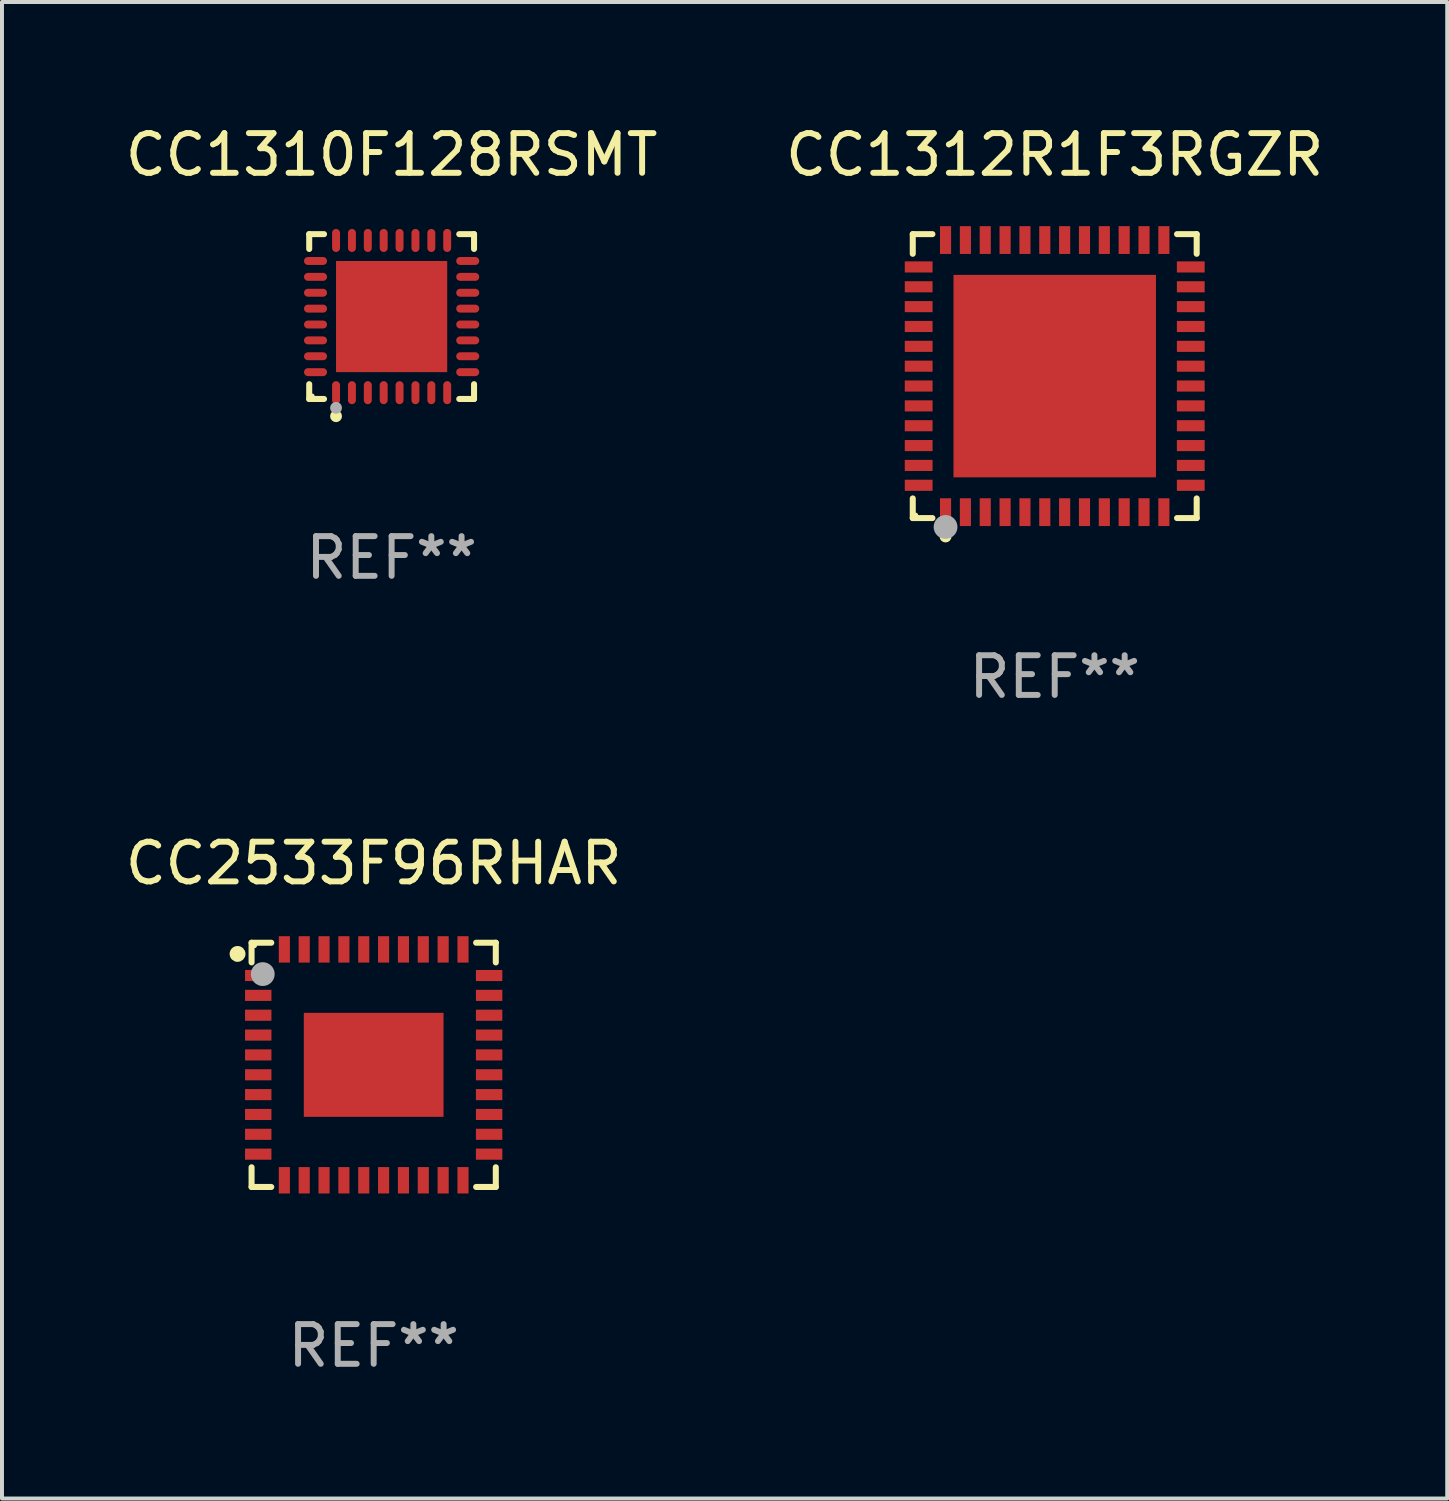
<source format=kicad_pcb>
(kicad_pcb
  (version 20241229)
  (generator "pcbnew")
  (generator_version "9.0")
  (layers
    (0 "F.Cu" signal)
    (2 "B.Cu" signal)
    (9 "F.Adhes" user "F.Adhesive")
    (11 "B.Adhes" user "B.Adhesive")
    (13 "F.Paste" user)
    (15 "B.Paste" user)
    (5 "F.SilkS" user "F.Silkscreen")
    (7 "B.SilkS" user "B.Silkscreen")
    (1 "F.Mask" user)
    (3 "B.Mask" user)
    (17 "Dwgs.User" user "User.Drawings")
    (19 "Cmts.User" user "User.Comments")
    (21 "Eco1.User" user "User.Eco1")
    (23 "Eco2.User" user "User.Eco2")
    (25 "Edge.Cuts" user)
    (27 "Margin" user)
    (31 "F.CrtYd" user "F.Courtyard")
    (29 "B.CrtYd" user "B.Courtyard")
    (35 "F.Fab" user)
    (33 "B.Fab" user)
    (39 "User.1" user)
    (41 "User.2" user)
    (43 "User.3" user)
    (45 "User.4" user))
  (footprint "CC2533F96RHAR"
    (layer "F.Cu")
    (at 6.363 23.773)
    (property "Reference" "CC2533F96RHAR" (at 0 -5.076 0) (layer "F.SilkS") (effects (font (size 1 1) (thickness 0.15))))
    (attr through_hole)
    (fp_line (start -3.076 -3.076) (end -3.076 -2.58) (stroke (width 0.152) (type solid)) (layer "F.SilkS"))
    (fp_line (start -3.076 3.076) (end -3.076 2.58) (stroke (width 0.152) (type solid)) (layer "F.SilkS"))
    (fp_line (start -2.58 -3.076) (end -3.076 -3.076) (stroke (width 0.152) (type solid)) (layer "F.SilkS"))
    (fp_line (start -2.58 3.076) (end -3.076 3.076) (stroke (width 0.152) (type solid)) (layer "F.SilkS"))
    (fp_line (start 2.58 -3.076) (end 3.076 -3.076) (stroke (width 0.152) (type solid)) (layer "F.SilkS"))
    (fp_line (start 2.58 3.076) (end 3.076 3.076) (stroke (width 0.152) (type solid)) (layer "F.SilkS"))
    (fp_line (start 3.076 -3.076) (end 3.076 -2.58) (stroke (width 0.152) (type solid)) (layer "F.SilkS"))
    (fp_line (start 3.076 3.076) (end 3.076 2.58) (stroke (width 0.152) (type solid)) (layer "F.SilkS"))
    (fp_circle (center -3.429 -2.794) (end -3.329 -2.794) (stroke (width 0.2) (type solid)) (fill no) (layer "F.SilkS"))
    (fp_circle (center -3 -3) (end -2.97 -3) (stroke (width 0.06) (type solid)) (fill no) (layer "F.SilkS"))
    (fp_circle (center -2.794 -2.286) (end -2.644 -2.286) (stroke (width 0.3) (type solid)) (fill no) (layer "F.Fab"))
    (fp_text user "REF**" (at 0 7.076 0) (layer "F.Fab") (effects (font (size 1 1) (thickness 0.15))))
    (pad "1" smd rect (at -2.908 -2.25) (size 0.665 0.28) (layers "F.Cu" "F.Mask" "F.Paste"))
    (pad "2" smd rect (at -2.908 -1.75) (size 0.665 0.28) (layers "F.Cu" "F.Mask" "F.Paste"))
    (pad "3" smd rect (at -2.908 -1.25) (size 0.665 0.28) (layers "F.Cu" "F.Mask" "F.Paste"))
    (pad "4" smd rect (at -2.908 -0.75) (size 0.665 0.28) (layers "F.Cu" "F.Mask" "F.Paste"))
    (pad "5" smd rect (at -2.908 -0.25) (size 0.665 0.28) (layers "F.Cu" "F.Mask" "F.Paste"))
    (pad "6" smd rect (at -2.908 0.25) (size 0.665 0.28) (layers "F.Cu" "F.Mask" "F.Paste"))
    (pad "7" smd rect (at -2.908 0.75) (size 0.665 0.28) (layers "F.Cu" "F.Mask" "F.Paste"))
    (pad "8" smd rect (at -2.908 1.25) (size 0.665 0.28) (layers "F.Cu" "F.Mask" "F.Paste"))
    (pad "9" smd rect (at -2.908 1.75) (size 0.665 0.28) (layers "F.Cu" "F.Mask" "F.Paste"))
    (pad "10" smd rect (at -2.908 2.25) (size 0.665 0.28) (layers "F.Cu" "F.Mask" "F.Paste"))
    (pad "11" smd rect (at -2.25 2.908) (size 0.28 0.665) (layers "F.Cu" "F.Mask" "F.Paste"))
    (pad "12" smd rect (at -1.75 2.908) (size 0.28 0.665) (layers "F.Cu" "F.Mask" "F.Paste"))
    (pad "13" smd rect (at -1.25 2.908) (size 0.28 0.665) (layers "F.Cu" "F.Mask" "F.Paste"))
    (pad "14" smd rect (at -0.75 2.908) (size 0.28 0.665) (layers "F.Cu" "F.Mask" "F.Paste"))
    (pad "15" smd rect (at -0.25 2.908) (size 0.28 0.665) (layers "F.Cu" "F.Mask" "F.Paste"))
    (pad "16" smd rect (at 0.25 2.908) (size 0.28 0.665) (layers "F.Cu" "F.Mask" "F.Paste"))
    (pad "17" smd rect (at 0.75 2.908) (size 0.28 0.665) (layers "F.Cu" "F.Mask" "F.Paste"))
    (pad "18" smd rect (at 1.25 2.908) (size 0.28 0.665) (layers "F.Cu" "F.Mask" "F.Paste"))
    (pad "19" smd rect (at 1.75 2.908) (size 0.28 0.665) (layers "F.Cu" "F.Mask" "F.Paste"))
    (pad "20" smd rect (at 2.25 2.908) (size 0.28 0.665) (layers "F.Cu" "F.Mask" "F.Paste"))
    (pad "21" smd rect (at 2.908 2.25) (size 0.665 0.28) (layers "F.Cu" "F.Mask" "F.Paste"))
    (pad "22" smd rect (at 2.908 1.75) (size 0.665 0.28) (layers "F.Cu" "F.Mask" "F.Paste"))
    (pad "23" smd rect (at 2.908 1.25) (size 0.665 0.28) (layers "F.Cu" "F.Mask" "F.Paste"))
    (pad "24" smd rect (at 2.908 0.75) (size 0.665 0.28) (layers "F.Cu" "F.Mask" "F.Paste"))
    (pad "25" smd rect (at 2.908 0.25) (size 0.665 0.28) (layers "F.Cu" "F.Mask" "F.Paste"))
    (pad "26" smd rect (at 2.908 -0.25) (size 0.665 0.28) (layers "F.Cu" "F.Mask" "F.Paste"))
    (pad "27" smd rect (at 2.908 -0.75) (size 0.665 0.28) (layers "F.Cu" "F.Mask" "F.Paste"))
    (pad "28" smd rect (at 2.908 -1.25) (size 0.665 0.28) (layers "F.Cu" "F.Mask" "F.Paste"))
    (pad "29" smd rect (at 2.908 -1.75) (size 0.665 0.28) (layers "F.Cu" "F.Mask" "F.Paste"))
    (pad "30" smd rect (at 2.908 -2.25) (size 0.665 0.28) (layers "F.Cu" "F.Mask" "F.Paste"))
    (pad "31" smd rect (at 2.25 -2.908) (size 0.28 0.665) (layers "F.Cu" "F.Mask" "F.Paste"))
    (pad "32" smd rect (at 1.75 -2.908) (size 0.28 0.665) (layers "F.Cu" "F.Mask" "F.Paste"))
    (pad "33" smd rect (at 1.25 -2.908) (size 0.28 0.665) (layers "F.Cu" "F.Mask" "F.Paste"))
    (pad "34" smd rect (at 0.75 -2.908) (size 0.28 0.665) (layers "F.Cu" "F.Mask" "F.Paste"))
    (pad "35" smd rect (at 0.25 -2.908) (size 0.28 0.665) (layers "F.Cu" "F.Mask" "F.Paste"))
    (pad "36" smd rect (at -0.25 -2.908) (size 0.28 0.665) (layers "F.Cu" "F.Mask" "F.Paste"))
    (pad "37" smd rect (at -0.75 -2.908) (size 0.28 0.665) (layers "F.Cu" "F.Mask" "F.Paste"))
    (pad "38" smd rect (at -1.25 -2.908) (size 0.28 0.665) (layers "F.Cu" "F.Mask" "F.Paste"))
    (pad "39" smd rect (at -1.75 -2.908) (size 0.28 0.665) (layers "F.Cu" "F.Mask" "F.Paste"))
    (pad "40" smd rect (at -2.25 -2.908) (size 0.28 0.665) (layers "F.Cu" "F.Mask" "F.Paste"))
    (pad "41" smd rect (at 0 0) (size 3.52 2.62) (layers "F.Cu" "F.Mask" "F.Paste")))
  (footprint "CC1312R1F3RGZR"
    (layer "F.Cu")
    (at 23.518 6.424)
    (property "Reference" "CC1312R1F3RGZR" (at 0 -5.576 0) (layer "F.SilkS") (effects (font (size 1 1) (thickness 0.15))))
    (attr through_hole)
    (fp_line (start -3.576 -3.576) (end -3.081 -3.576) (stroke (width 0.152) (type solid)) (layer "F.SilkS"))
    (fp_line (start -3.576 -3.081) (end -3.576 -3.576) (stroke (width 0.152) (type solid)) (layer "F.SilkS"))
    (fp_line (start -3.576 3.081) (end -3.576 3.576) (stroke (width 0.152) (type solid)) (layer "F.SilkS"))
    (fp_line (start -3.576 3.576) (end -3.081 3.576) (stroke (width 0.152) (type solid)) (layer "F.SilkS"))
    (fp_line (start 3.576 -3.576) (end 3.081 -3.576) (stroke (width 0.152) (type solid)) (layer "F.SilkS"))
    (fp_line (start 3.576 -3.081) (end 3.576 -3.576) (stroke (width 0.152) (type solid)) (layer "F.SilkS"))
    (fp_line (start 3.576 3.081) (end 3.576 3.576) (stroke (width 0.152) (type solid)) (layer "F.SilkS"))
    (fp_line (start 3.576 3.576) (end 3.081 3.576) (stroke (width 0.152) (type solid)) (layer "F.SilkS"))
    (fp_circle (center -3.5 3.5) (end -3.47 3.5) (stroke (width 0.06) (type solid)) (fill no) (layer "F.SilkS"))
    (fp_circle (center -2.75 4.04) (end -2.675 4.04) (stroke (width 0.15) (type solid)) (fill no) (layer "F.SilkS"))
    (fp_circle (center -2.75 3.8) (end -2.6 3.8) (stroke (width 0.3) (type solid)) (fill no) (layer "F.Fab"))
    (fp_text user "REF**" (at 0 7.576 0) (layer "F.Fab") (effects (font (size 1 1) (thickness 0.15))))
    (pad "1" smd rect (at -2.75 3.427) (size 0.28 0.7) (layers "F.Cu" "F.Mask" "F.Paste"))
    (pad "2" smd rect (at -2.25 3.427) (size 0.28 0.7) (layers "F.Cu" "F.Mask" "F.Paste"))
    (pad "3" smd rect (at -1.75 3.427) (size 0.28 0.7) (layers "F.Cu" "F.Mask" "F.Paste"))
    (pad "4" smd rect (at -1.25 3.427) (size 0.28 0.7) (layers "F.Cu" "F.Mask" "F.Paste"))
    (pad "5" smd rect (at -0.75 3.427) (size 0.28 0.7) (layers "F.Cu" "F.Mask" "F.Paste"))
    (pad "6" smd rect (at -0.25 3.427) (size 0.28 0.7) (layers "F.Cu" "F.Mask" "F.Paste"))
    (pad "7" smd rect (at 0.25 3.427) (size 0.28 0.7) (layers "F.Cu" "F.Mask" "F.Paste"))
    (pad "8" smd rect (at 0.75 3.427) (size 0.28 0.7) (layers "F.Cu" "F.Mask" "F.Paste"))
    (pad "9" smd rect (at 1.25 3.427) (size 0.28 0.7) (layers "F.Cu" "F.Mask" "F.Paste"))
    (pad "10" smd rect (at 1.75 3.427) (size 0.28 0.7) (layers "F.Cu" "F.Mask" "F.Paste"))
    (pad "11" smd rect (at 2.25 3.427) (size 0.28 0.7) (layers "F.Cu" "F.Mask" "F.Paste"))
    (pad "12" smd rect (at 2.75 3.427) (size 0.28 0.7) (layers "F.Cu" "F.Mask" "F.Paste"))
    (pad "13" smd rect (at 3.427 2.75) (size 0.7 0.28) (layers "F.Cu" "F.Mask" "F.Paste"))
    (pad "14" smd rect (at 3.427 2.25) (size 0.7 0.28) (layers "F.Cu" "F.Mask" "F.Paste"))
    (pad "15" smd rect (at 3.427 1.75) (size 0.7 0.28) (layers "F.Cu" "F.Mask" "F.Paste"))
    (pad "16" smd rect (at 3.427 1.25) (size 0.7 0.28) (layers "F.Cu" "F.Mask" "F.Paste"))
    (pad "17" smd rect (at 3.427 0.75) (size 0.7 0.28) (layers "F.Cu" "F.Mask" "F.Paste"))
    (pad "18" smd rect (at 3.427 0.25) (size 0.7 0.28) (layers "F.Cu" "F.Mask" "F.Paste"))
    (pad "19" smd rect (at 3.427 -0.25) (size 0.7 0.28) (layers "F.Cu" "F.Mask" "F.Paste"))
    (pad "20" smd rect (at 3.427 -0.75) (size 0.7 0.28) (layers "F.Cu" "F.Mask" "F.Paste"))
    (pad "21" smd rect (at 3.427 -1.25) (size 0.7 0.28) (layers "F.Cu" "F.Mask" "F.Paste"))
    (pad "22" smd rect (at 3.427 -1.75) (size 0.7 0.28) (layers "F.Cu" "F.Mask" "F.Paste"))
    (pad "23" smd rect (at 3.427 -2.25) (size 0.7 0.28) (layers "F.Cu" "F.Mask" "F.Paste"))
    (pad "24" smd rect (at 3.427 -2.75) (size 0.7 0.28) (layers "F.Cu" "F.Mask" "F.Paste"))
    (pad "25" smd rect (at 2.75 -3.427) (size 0.28 0.7) (layers "F.Cu" "F.Mask" "F.Paste"))
    (pad "26" smd rect (at 2.25 -3.427) (size 0.28 0.7) (layers "F.Cu" "F.Mask" "F.Paste"))
    (pad "27" smd rect (at 1.75 -3.427) (size 0.28 0.7) (layers "F.Cu" "F.Mask" "F.Paste"))
    (pad "28" smd rect (at 1.25 -3.427) (size 0.28 0.7) (layers "F.Cu" "F.Mask" "F.Paste"))
    (pad "29" smd rect (at 0.75 -3.427) (size 0.28 0.7) (layers "F.Cu" "F.Mask" "F.Paste"))
    (pad "30" smd rect (at 0.25 -3.427) (size 0.28 0.7) (layers "F.Cu" "F.Mask" "F.Paste"))
    (pad "31" smd rect (at -0.25 -3.427) (size 0.28 0.7) (layers "F.Cu" "F.Mask" "F.Paste"))
    (pad "32" smd rect (at -0.75 -3.427) (size 0.28 0.7) (layers "F.Cu" "F.Mask" "F.Paste"))
    (pad "33" smd rect (at -1.25 -3.427) (size 0.28 0.7) (layers "F.Cu" "F.Mask" "F.Paste"))
    (pad "34" smd rect (at -1.75 -3.427) (size 0.28 0.7) (layers "F.Cu" "F.Mask" "F.Paste"))
    (pad "35" smd rect (at -2.25 -3.427) (size 0.28 0.7) (layers "F.Cu" "F.Mask" "F.Paste"))
    (pad "36" smd rect (at -2.75 -3.427) (size 0.28 0.7) (layers "F.Cu" "F.Mask" "F.Paste"))
    (pad "37" smd rect (at -3.427 -2.75) (size 0.7 0.28) (layers "F.Cu" "F.Mask" "F.Paste"))
    (pad "38" smd rect (at -3.427 -2.25) (size 0.7 0.28) (layers "F.Cu" "F.Mask" "F.Paste"))
    (pad "39" smd rect (at -3.427 -1.75) (size 0.7 0.28) (layers "F.Cu" "F.Mask" "F.Paste"))
    (pad "40" smd rect (at -3.427 -1.25) (size 0.7 0.28) (layers "F.Cu" "F.Mask" "F.Paste"))
    (pad "41" smd rect (at -3.427 -0.75) (size 0.7 0.28) (layers "F.Cu" "F.Mask" "F.Paste"))
    (pad "42" smd rect (at -3.427 -0.25) (size 0.7 0.28) (layers "F.Cu" "F.Mask" "F.Paste"))
    (pad "43" smd rect (at -3.427 0.25) (size 0.7 0.28) (layers "F.Cu" "F.Mask" "F.Paste"))
    (pad "44" smd rect (at -3.427 0.75) (size 0.7 0.28) (layers "F.Cu" "F.Mask" "F.Paste"))
    (pad "45" smd rect (at -3.427 1.25) (size 0.7 0.28) (layers "F.Cu" "F.Mask" "F.Paste"))
    (pad "46" smd rect (at -3.427 1.75) (size 0.7 0.28) (layers "F.Cu" "F.Mask" "F.Paste"))
    (pad "47" smd rect (at -3.427 2.25) (size 0.7 0.28) (layers "F.Cu" "F.Mask" "F.Paste"))
    (pad "48" smd rect (at -3.427 2.75) (size 0.7 0.28) (layers "F.Cu" "F.Mask" "F.Paste"))
    (pad "49" smd rect (at 0 0) (size 5.1 5.1) (layers "F.Cu" "F.Mask" "F.Paste")))
  (footprint "CC1310F128RSMT"
    (layer "F.Cu")
    (at 6.815 4.924)
    (property "Reference" "CC1310F128RSMT" (at 0 -4.076 0) (layer "F.SilkS") (effects (font (size 1 1) (thickness 0.15))))
    (attr through_hole)
    (fp_line (start -2.076 -2.076) (end -1.703 -2.076) (stroke (width 0.152) (type solid)) (layer "F.SilkS"))
    (fp_line (start -2.076 -1.703) (end -2.076 -2.076) (stroke (width 0.152) (type solid)) (layer "F.SilkS"))
    (fp_line (start -2.076 1.703) (end -2.076 2.076) (stroke (width 0.152) (type solid)) (layer "F.SilkS"))
    (fp_line (start -2.076 2.076) (end -1.703 2.076) (stroke (width 0.152) (type solid)) (layer "F.SilkS"))
    (fp_line (start 2.076 -2.076) (end 1.703 -2.076) (stroke (width 0.152) (type solid)) (layer "F.SilkS"))
    (fp_line (start 2.076 -1.703) (end 2.076 -2.076) (stroke (width 0.152) (type solid)) (layer "F.SilkS"))
    (fp_line (start 2.076 1.703) (end 2.076 2.076) (stroke (width 0.152) (type solid)) (layer "F.SilkS"))
    (fp_line (start 2.076 2.076) (end 1.703 2.076) (stroke (width 0.152) (type solid)) (layer "F.SilkS"))
    (fp_circle (center -2 2) (end -1.97 2) (stroke (width 0.06) (type solid)) (fill no) (layer "F.SilkS"))
    (fp_circle (center -1.4 2.51) (end -1.325 2.51) (stroke (width 0.15) (type solid)) (fill no) (layer "F.SilkS"))
    (fp_circle (center -1.4 2.3) (end -1.325 2.3) (stroke (width 0.15) (type solid)) (fill no) (layer "F.Fab"))
    (fp_text user "REF**" (at 0 6.076 0) (layer "F.Fab") (effects (font (size 1 1) (thickness 0.15))))
    (pad "1" smd oval (at -1.4 1.917) (size 0.2 0.58) (layers "F.Cu" "F.Mask" "F.Paste"))
    (pad "2" smd oval (at -1 1.917) (size 0.2 0.58) (layers "F.Cu" "F.Mask" "F.Paste"))
    (pad "3" smd oval (at -0.6 1.917) (size 0.2 0.58) (layers "F.Cu" "F.Mask" "F.Paste"))
    (pad "4" smd oval (at -0.2 1.917) (size 0.2 0.58) (layers "F.Cu" "F.Mask" "F.Paste"))
    (pad "5" smd oval (at 0.2 1.917) (size 0.2 0.58) (layers "F.Cu" "F.Mask" "F.Paste"))
    (pad "6" smd oval (at 0.6 1.917) (size 0.2 0.58) (layers "F.Cu" "F.Mask" "F.Paste"))
    (pad "7" smd oval (at 1 1.917) (size 0.2 0.58) (layers "F.Cu" "F.Mask" "F.Paste"))
    (pad "8" smd oval (at 1.4 1.917) (size 0.2 0.58) (layers "F.Cu" "F.Mask" "F.Paste"))
    (pad "9" smd oval (at 1.917 1.4) (size 0.58 0.2) (layers "F.Cu" "F.Mask" "F.Paste"))
    (pad "10" smd oval (at 1.917 1) (size 0.58 0.2) (layers "F.Cu" "F.Mask" "F.Paste"))
    (pad "11" smd oval (at 1.917 0.6) (size 0.58 0.2) (layers "F.Cu" "F.Mask" "F.Paste"))
    (pad "12" smd oval (at 1.917 0.2) (size 0.58 0.2) (layers "F.Cu" "F.Mask" "F.Paste"))
    (pad "13" smd oval (at 1.917 -0.2) (size 0.58 0.2) (layers "F.Cu" "F.Mask" "F.Paste"))
    (pad "14" smd oval (at 1.917 -0.6) (size 0.58 0.2) (layers "F.Cu" "F.Mask" "F.Paste"))
    (pad "15" smd oval (at 1.917 -1) (size 0.58 0.2) (layers "F.Cu" "F.Mask" "F.Paste"))
    (pad "16" smd oval (at 1.917 -1.4) (size 0.58 0.2) (layers "F.Cu" "F.Mask" "F.Paste"))
    (pad "17" smd oval (at 1.4 -1.917) (size 0.2 0.58) (layers "F.Cu" "F.Mask" "F.Paste"))
    (pad "18" smd oval (at 1 -1.917) (size 0.2 0.58) (layers "F.Cu" "F.Mask" "F.Paste"))
    (pad "19" smd oval (at 0.6 -1.917) (size 0.2 0.58) (layers "F.Cu" "F.Mask" "F.Paste"))
    (pad "20" smd oval (at 0.2 -1.917) (size 0.2 0.58) (layers "F.Cu" "F.Mask" "F.Paste"))
    (pad "21" smd oval (at -0.2 -1.917) (size 0.2 0.58) (layers "F.Cu" "F.Mask" "F.Paste"))
    (pad "22" smd oval (at -0.6 -1.917) (size 0.2 0.58) (layers "F.Cu" "F.Mask" "F.Paste"))
    (pad "23" smd oval (at -1 -1.917) (size 0.2 0.58) (layers "F.Cu" "F.Mask" "F.Paste"))
    (pad "24" smd oval (at -1.4 -1.917) (size 0.2 0.58) (layers "F.Cu" "F.Mask" "F.Paste"))
    (pad "25" smd oval (at -1.917 -1.4) (size 0.58 0.2) (layers "F.Cu" "F.Mask" "F.Paste"))
    (pad "26" smd oval (at -1.917 -1) (size 0.58 0.2) (layers "F.Cu" "F.Mask" "F.Paste"))
    (pad "27" smd oval (at -1.917 -0.6) (size 0.58 0.2) (layers "F.Cu" "F.Mask" "F.Paste"))
    (pad "28" smd oval (at -1.917 -0.2) (size 0.58 0.2) (layers "F.Cu" "F.Mask" "F.Paste"))
    (pad "29" smd oval (at -1.917 0.2) (size 0.58 0.2) (layers "F.Cu" "F.Mask" "F.Paste"))
    (pad "30" smd oval (at -1.917 0.6) (size 0.58 0.2) (layers "F.Cu" "F.Mask" "F.Paste"))
    (pad "31" smd oval (at -1.917 1) (size 0.58 0.2) (layers "F.Cu" "F.Mask" "F.Paste"))
    (pad "32" smd oval (at -1.917 1.4) (size 0.58 0.2) (layers "F.Cu" "F.Mask" "F.Paste"))
    (pad "33" smd rect (at 0 0) (size 2.8 2.8) (layers "F.Cu" "F.Mask" "F.Paste")))
  (gr_rect
    (start -3 -3)
    (end 33.405 34.698)
    (stroke (width 0.1) (type default))
    (fill no)
    (layer "Edge.Cuts")))
</source>
